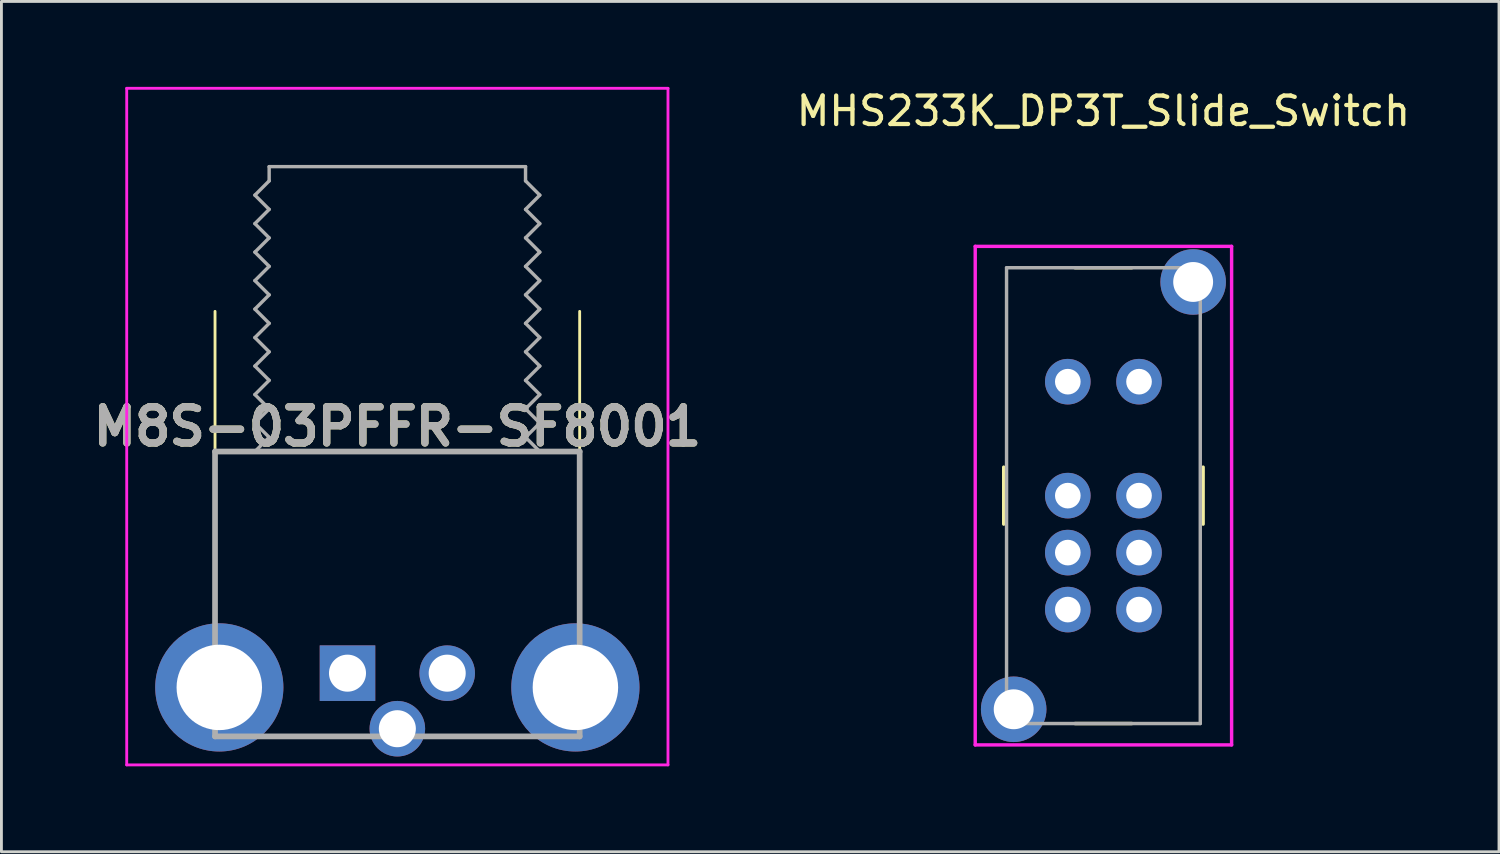
<source format=kicad_pcb>
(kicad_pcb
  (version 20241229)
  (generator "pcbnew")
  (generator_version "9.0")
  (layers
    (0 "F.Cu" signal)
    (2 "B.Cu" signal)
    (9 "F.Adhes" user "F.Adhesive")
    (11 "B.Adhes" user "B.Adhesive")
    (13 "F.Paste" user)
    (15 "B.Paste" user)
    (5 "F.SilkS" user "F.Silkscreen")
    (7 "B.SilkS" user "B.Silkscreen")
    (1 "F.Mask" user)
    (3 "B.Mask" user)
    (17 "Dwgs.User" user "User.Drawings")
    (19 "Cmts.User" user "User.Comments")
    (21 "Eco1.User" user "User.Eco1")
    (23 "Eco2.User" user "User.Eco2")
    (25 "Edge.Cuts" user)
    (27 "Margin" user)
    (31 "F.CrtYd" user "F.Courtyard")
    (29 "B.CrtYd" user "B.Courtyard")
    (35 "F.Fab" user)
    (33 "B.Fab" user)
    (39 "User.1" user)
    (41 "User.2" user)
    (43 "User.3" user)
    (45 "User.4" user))
  (footprint "MHS233K_DP3T_Slide_Switch"
    (layer "F.Cu")
    (at 35.683 14.348)
    (property "Reference" "MHS233K_DP3T_Slide_Switch" (at 0 -13.5 0) (layer "F.SilkS") (effects (font (size 1 1) (thickness 0.15))))
    (attr through_hole)
    (fp_line (start -3.5 -1) (end -3.5 1) (stroke (width 0.12) (type solid)) (layer "F.SilkS"))
    (fp_line (start -1 -8) (end 1 -8) (stroke (width 0.12) (type solid)) (layer "F.SilkS"))
    (fp_line (start -1 8) (end 1 8) (stroke (width 0.12) (type solid)) (layer "F.SilkS"))
    (fp_line (start 3.5 -1) (end 3.5 1) (stroke (width 0.12) (type solid)) (layer "F.SilkS"))
    (fp_line (start -4.5 -8.75) (end 4.5 -8.75) (stroke (width 0.12) (type solid)) (layer "F.CrtYd"))
    (fp_line (start -4.5 8.75) (end -4.5 -8.75) (stroke (width 0.12) (type solid)) (layer "F.CrtYd"))
    (fp_line (start 4.5 -8.75) (end 4.5 8.75) (stroke (width 0.12) (type solid)) (layer "F.CrtYd"))
    (fp_line (start 4.5 8.75) (end -4.5 8.75) (stroke (width 0.12) (type solid)) (layer "F.CrtYd"))
    (fp_line (start -3.4 -8) (end -3.4 8) (stroke (width 0.12) (type solid)) (layer "F.Fab"))
    (fp_line (start -3.4 8) (end 3.4 8) (stroke (width 0.12) (type solid)) (layer "F.Fab"))
    (fp_line (start 3.4 -8) (end -3.4 -8) (stroke (width 0.12) (type solid)) (layer "F.Fab"))
    (fp_line (start 3.4 8) (end 3.4 -8) (stroke (width 0.12) (type solid)) (layer "F.Fab"))
    (pad "0" thru_hole circle (at -3.15 7.5 180) (size 2.3 2.3) (drill 1.4) (layers "*.Cu" "*.Mask"))
    (pad "0" thru_hole circle (at 3.15 -7.5) (size 2.3 2.3) (drill 1.4) (layers "*.Cu" "*.Mask"))
    (pad "1" thru_hole circle (at -1.25 -4) (size 1.6 1.6) (drill 0.9) (layers "*.Cu" "*.Mask"))
    (pad "2" thru_hole circle (at -1.25 0) (size 1.6 1.6) (drill 0.9) (layers "*.Cu" "*.Mask"))
    (pad "3" thru_hole circle (at -1.25 2) (size 1.6 1.6) (drill 0.9) (layers "*.Cu" "*.Mask"))
    (pad "4" thru_hole circle (at -1.25 4) (size 1.6 1.6) (drill 0.9) (layers "*.Cu" "*.Mask"))
    (pad "5" thru_hole circle (at 1.25 -4) (size 1.6 1.6) (drill 0.9) (layers "*.Cu" "*.Mask"))
    (pad "6" thru_hole circle (at 1.25 0) (size 1.6 1.6) (drill 0.9) (layers "*.Cu" "*.Mask"))
    (pad "7" thru_hole circle (at 1.25 2) (size 1.6 1.6) (drill 0.9) (layers "*.Cu" "*.Mask"))
    (pad "8" thru_hole circle (at 1.25 4) (size 1.6 1.6) (drill 0.9) (layers "*.Cu" "*.Mask")))
  (footprint "M8S-03PFFR-SF8001"
    (layer "F.Cu")
    (at 10.898 2.8)
    (property "Reference" "M8S-03PFFR-SF8001" (at 0 9.125 0) (layer "F.SilkS") (effects (font (size 1.27 1.27) (thickness 0.254))))
    (attr through_hole)
    (fp_line (start -6.4 5.08) (end -6.4 20) (stroke (width 0.1) (type solid)) (layer "F.SilkS"))
    (fp_line (start -6.25 20) (end 6.25 20) (stroke (width 0.1) (type solid)) (layer "F.SilkS"))
    (fp_line (start 6.4 20) (end 6.4 5.08) (stroke (width 0.1) (type solid)) (layer "F.SilkS"))
    (fp_line (start -9.5 -2.75) (end 9.5 -2.75) (stroke (width 0.1) (type solid)) (layer "F.CrtYd"))
    (fp_line (start -9.5 21) (end -9.5 -2.75) (stroke (width 0.1) (type solid)) (layer "F.CrtYd"))
    (fp_line (start 9.5 -2.75) (end 9.5 21) (stroke (width 0.1) (type solid)) (layer "F.CrtYd"))
    (fp_line (start 9.5 21) (end -9.5 21) (stroke (width 0.1) (type solid)) (layer "F.CrtYd"))
    (fp_line (start -6.4 10) (end 6.4 10) (stroke (width 0.2) (type solid)) (layer "F.Fab"))
    (fp_line (start -6.4 20) (end -6.4 10) (stroke (width 0.2) (type solid)) (layer "F.Fab"))
    (fp_line (start -5 1) (end -4.5 0.5) (stroke (width 0.12) (type solid)) (layer "F.Fab"))
    (fp_line (start -5 2) (end -4.5 1.5) (stroke (width 0.12) (type solid)) (layer "F.Fab"))
    (fp_line (start -5 3) (end -4.5 2.5) (stroke (width 0.12) (type solid)) (layer "F.Fab"))
    (fp_line (start -5 4) (end -4.5 3.5) (stroke (width 0.12) (type solid)) (layer "F.Fab"))
    (fp_line (start -5 5) (end -4.5 4.5) (stroke (width 0.12) (type solid)) (layer "F.Fab"))
    (fp_line (start -5 6) (end -4.5 5.5) (stroke (width 0.12) (type solid)) (layer "F.Fab"))
    (fp_line (start -5 7) (end -4.5 6.5) (stroke (width 0.12) (type solid)) (layer "F.Fab"))
    (fp_line (start -5 8) (end -4.5 7.5) (stroke (width 0.12) (type solid)) (layer "F.Fab"))
    (fp_line (start -5 9) (end -4.5 8.5) (stroke (width 0.12) (type solid)) (layer "F.Fab"))
    (fp_line (start -5 10) (end -4.5 9.5) (stroke (width 0.12) (type solid)) (layer "F.Fab"))
    (fp_line (start -4.5 0) (end 4.5 0) (stroke (width 0.12) (type solid)) (layer "F.Fab"))
    (fp_line (start -4.5 0.5) (end -4.5 0) (stroke (width 0.12) (type solid)) (layer "F.Fab"))
    (fp_line (start -4.5 1.5) (end -5 1) (stroke (width 0.12) (type solid)) (layer "F.Fab"))
    (fp_line (start -4.5 2.5) (end -5 2) (stroke (width 0.12) (type solid)) (layer "F.Fab"))
    (fp_line (start -4.5 3.5) (end -5 3) (stroke (width 0.12) (type solid)) (layer "F.Fab"))
    (fp_line (start -4.5 4.5) (end -5 4) (stroke (width 0.12) (type solid)) (layer "F.Fab"))
    (fp_line (start -4.5 5.5) (end -5 5) (stroke (width 0.12) (type solid)) (layer "F.Fab"))
    (fp_line (start -4.5 6.5) (end -5 6) (stroke (width 0.12) (type solid)) (layer "F.Fab"))
    (fp_line (start -4.5 7.5) (end -5 7) (stroke (width 0.12) (type solid)) (layer "F.Fab"))
    (fp_line (start -4.5 8.5) (end -5 8) (stroke (width 0.12) (type solid)) (layer "F.Fab"))
    (fp_line (start -4.5 9.5) (end -5 9) (stroke (width 0.12) (type solid)) (layer "F.Fab"))
    (fp_line (start 4.5 0) (end 4.5 0.5) (stroke (width 0.12) (type solid)) (layer "F.Fab"))
    (fp_line (start 4.5 0.5) (end 5 1) (stroke (width 0.12) (type solid)) (layer "F.Fab"))
    (fp_line (start 4.5 1.5) (end 5 2) (stroke (width 0.12) (type solid)) (layer "F.Fab"))
    (fp_line (start 4.5 2.5) (end 5 3) (stroke (width 0.12) (type solid)) (layer "F.Fab"))
    (fp_line (start 4.5 3.5) (end 5 4) (stroke (width 0.12) (type solid)) (layer "F.Fab"))
    (fp_line (start 4.5 4.5) (end 5 5) (stroke (width 0.12) (type solid)) (layer "F.Fab"))
    (fp_line (start 4.5 5.5) (end 5 6) (stroke (width 0.12) (type solid)) (layer "F.Fab"))
    (fp_line (start 4.5 6.5) (end 5 7) (stroke (width 0.12) (type solid)) (layer "F.Fab"))
    (fp_line (start 4.5 7.5) (end 5 8) (stroke (width 0.12) (type solid)) (layer "F.Fab"))
    (fp_line (start 4.5 8.5) (end 5 9) (stroke (width 0.12) (type solid)) (layer "F.Fab"))
    (fp_line (start 4.5 9.5) (end 5 10) (stroke (width 0.12) (type solid)) (layer "F.Fab"))
    (fp_line (start 5 1) (end 4.5 1.5) (stroke (width 0.12) (type solid)) (layer "F.Fab"))
    (fp_line (start 5 2) (end 4.5 2.5) (stroke (width 0.12) (type solid)) (layer "F.Fab"))
    (fp_line (start 5 3) (end 4.5 3.5) (stroke (width 0.12) (type solid)) (layer "F.Fab"))
    (fp_line (start 5 4) (end 4.5 4.5) (stroke (width 0.12) (type solid)) (layer "F.Fab"))
    (fp_line (start 5 5) (end 4.5 5.5) (stroke (width 0.12) (type solid)) (layer "F.Fab"))
    (fp_line (start 5 6) (end 4.5 6.5) (stroke (width 0.12) (type solid)) (layer "F.Fab"))
    (fp_line (start 5 7) (end 4.5 7.5) (stroke (width 0.12) (type solid)) (layer "F.Fab"))
    (fp_line (start 5 8) (end 4.5 8.5) (stroke (width 0.12) (type solid)) (layer "F.Fab"))
    (fp_line (start 5 9) (end 4.5 9.5) (stroke (width 0.12) (type solid)) (layer "F.Fab"))
    (fp_line (start 6.4 10) (end 6.4 20) (stroke (width 0.2) (type solid)) (layer "F.Fab"))
    (fp_line (start 6.4 20) (end -6.4 20) (stroke (width 0.2) (type solid)) (layer "F.Fab"))
    (fp_text user "${REFERENCE}" (at 0 9.125 0) (layer "F.Fab") (effects (font (size 1.27 1.27) (thickness 0.254))))
    (pad "1" thru_hole rect (at -1.75 17.78) (size 1.95 1.95) (drill 1.3) (layers "*.Cu" "*.Mask"))
    (pad "2" thru_hole circle (at 0 19.73) (size 1.95 1.95) (drill 1.3) (layers "*.Cu" "*.Mask"))
    (pad "3" thru_hole circle (at 1.75 17.78) (size 1.95 1.95) (drill 1.3) (layers "*.Cu" "*.Mask"))
    (pad "SH" thru_hole circle (at -6.25 18.28) (size 4.5 4.5) (drill 3) (layers "*.Cu" "*.Mask"))
    (pad "SH" thru_hole circle (at 6.25 18.28) (size 4.5 4.5) (drill 3) (layers "*.Cu" "*.Mask")))
  (gr_rect
    (start -3 -3)
    (end 49.569 26.85)
    (stroke (width 0.1) (type default))
    (fill no)
    (layer "Edge.Cuts")))
</source>
